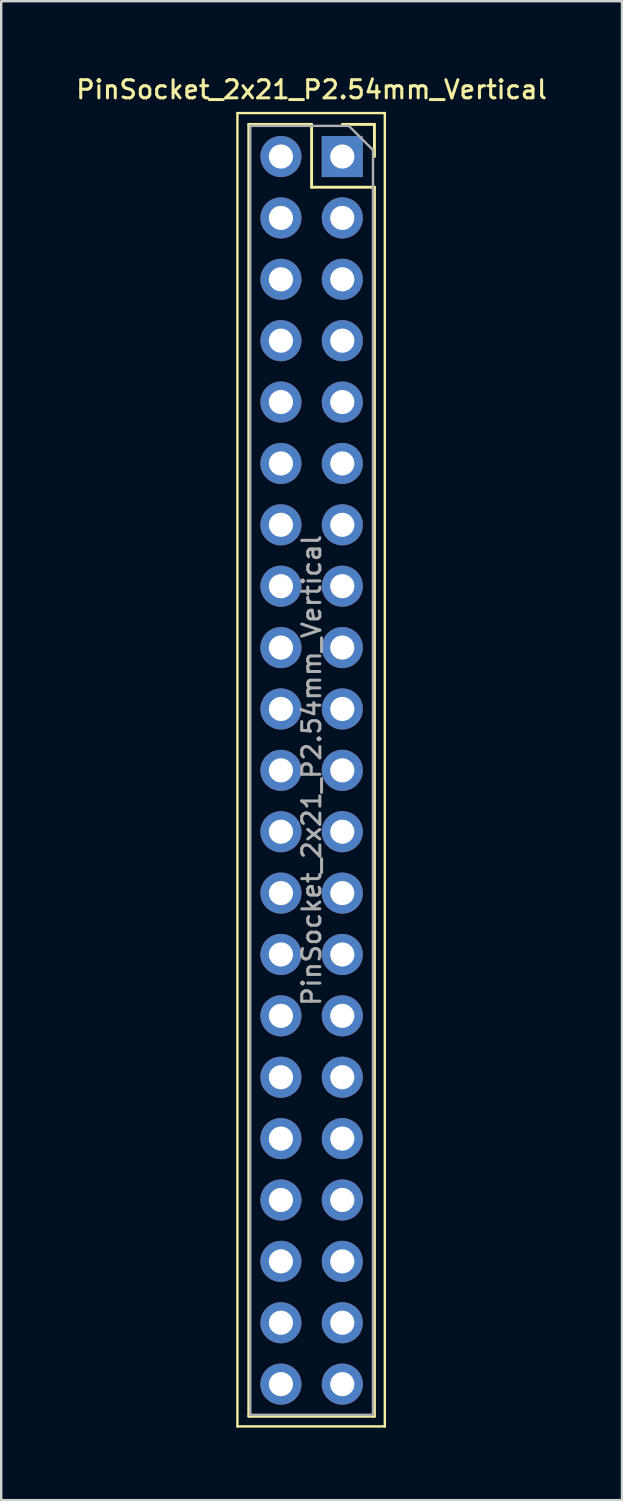
<source format=kicad_pcb>
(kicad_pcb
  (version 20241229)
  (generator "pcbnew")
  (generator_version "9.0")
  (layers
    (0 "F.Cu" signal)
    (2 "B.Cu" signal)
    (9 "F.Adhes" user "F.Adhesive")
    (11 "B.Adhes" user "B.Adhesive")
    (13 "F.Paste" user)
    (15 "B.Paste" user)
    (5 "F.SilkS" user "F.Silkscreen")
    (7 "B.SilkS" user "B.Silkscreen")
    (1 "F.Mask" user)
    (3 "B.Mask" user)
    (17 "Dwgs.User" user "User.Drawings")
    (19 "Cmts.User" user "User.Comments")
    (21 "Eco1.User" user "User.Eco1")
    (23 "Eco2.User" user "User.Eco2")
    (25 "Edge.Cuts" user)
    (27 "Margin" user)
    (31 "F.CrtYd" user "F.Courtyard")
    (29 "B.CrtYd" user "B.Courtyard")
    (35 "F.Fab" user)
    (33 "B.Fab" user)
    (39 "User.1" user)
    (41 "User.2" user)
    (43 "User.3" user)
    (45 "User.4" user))
  (footprint "PinSocket_2x21_P2.54mm_Vertical"
    (layer "F.Cu")
    (at 11.115 3.428)
    (property "Reference" "PinSocket_2x21_P2.54mm_Vertical" (at -1.27 -2.77 0) (layer "F.SilkS") (effects (font (size 0.75 0.75) (thickness 0.125))))
    (attr through_hole)
    (fp_line (start -4.34 -1.8) (end 1.76 -1.8) (stroke (width 0.1) (type solid)) (layer "F.SilkS"))
    (fp_line (start -4.34 52.55) (end -4.34 -1.8) (stroke (width 0.1) (type solid)) (layer "F.SilkS"))
    (fp_line (start -3.87 -1.33) (end -3.87 52.13) (stroke (width 0.12) (type solid)) (layer "F.SilkS"))
    (fp_line (start -3.87 -1.33) (end -1.27 -1.33) (stroke (width 0.12) (type solid)) (layer "F.SilkS"))
    (fp_line (start -3.87 52.13) (end 1.33 52.13) (stroke (width 0.12) (type solid)) (layer "F.SilkS"))
    (fp_line (start -1.27 -1.33) (end -1.27 1.27) (stroke (width 0.12) (type solid)) (layer "F.SilkS"))
    (fp_line (start -1.27 1.27) (end 1.33 1.27) (stroke (width 0.12) (type solid)) (layer "F.SilkS"))
    (fp_line (start 0 -1.33) (end 1.33 -1.33) (stroke (width 0.12) (type solid)) (layer "F.SilkS"))
    (fp_line (start 1.33 -1.33) (end 1.33 0) (stroke (width 0.12) (type solid)) (layer "F.SilkS"))
    (fp_line (start 1.33 1.27) (end 1.33 52.13) (stroke (width 0.12) (type solid)) (layer "F.SilkS"))
    (fp_line (start 1.76 -1.8) (end 1.76 52.55) (stroke (width 0.1) (type solid)) (layer "F.SilkS"))
    (fp_line (start 1.76 52.55) (end -4.34 52.55) (stroke (width 0.1) (type solid)) (layer "F.SilkS"))
    (fp_line (start -3.81 -1.27) (end 0.27 -1.27) (stroke (width 0.1) (type solid)) (layer "F.Fab"))
    (fp_line (start -3.81 52.07) (end -3.81 -1.27) (stroke (width 0.1) (type solid)) (layer "F.Fab"))
    (fp_line (start 0.27 -1.27) (end 1.27 -0.27) (stroke (width 0.1) (type solid)) (layer "F.Fab"))
    (fp_line (start 1.27 -0.27) (end 1.27 52.07) (stroke (width 0.1) (type solid)) (layer "F.Fab"))
    (fp_line (start 1.27 52.07) (end -3.81 52.07) (stroke (width 0.1) (type solid)) (layer "F.Fab"))
    (fp_text user "${REFERENCE}" (at -1.27 25.4 90) (layer "F.Fab") (effects (font (size 0.75 0.75) (thickness 0.125))))
    (pad "1" thru_hole rect (at 0 0) (size 1.7 1.7) (drill 1) (layers "*.Cu" "*.Mask"))
    (pad "2" thru_hole oval (at -2.54 0) (size 1.7 1.7) (drill 1) (layers "*.Cu" "*.Mask"))
    (pad "3" thru_hole oval (at 0 2.54) (size 1.7 1.7) (drill 1) (layers "*.Cu" "*.Mask"))
    (pad "4" thru_hole oval (at -2.54 2.54) (size 1.7 1.7) (drill 1) (layers "*.Cu" "*.Mask"))
    (pad "5" thru_hole oval (at 0 5.08) (size 1.7 1.7) (drill 1) (layers "*.Cu" "*.Mask"))
    (pad "6" thru_hole oval (at -2.54 5.08) (size 1.7 1.7) (drill 1) (layers "*.Cu" "*.Mask"))
    (pad "7" thru_hole oval (at 0 7.62) (size 1.7 1.7) (drill 1) (layers "*.Cu" "*.Mask"))
    (pad "8" thru_hole oval (at -2.54 7.62) (size 1.7 1.7) (drill 1) (layers "*.Cu" "*.Mask"))
    (pad "9" thru_hole oval (at 0 10.16) (size 1.7 1.7) (drill 1) (layers "*.Cu" "*.Mask"))
    (pad "10" thru_hole oval (at -2.54 10.16) (size 1.7 1.7) (drill 1) (layers "*.Cu" "*.Mask"))
    (pad "11" thru_hole oval (at 0 12.7) (size 1.7 1.7) (drill 1) (layers "*.Cu" "*.Mask"))
    (pad "12" thru_hole oval (at -2.54 12.7) (size 1.7 1.7) (drill 1) (layers "*.Cu" "*.Mask"))
    (pad "13" thru_hole oval (at 0 15.24) (size 1.7 1.7) (drill 1) (layers "*.Cu" "*.Mask"))
    (pad "14" thru_hole oval (at -2.54 15.24) (size 1.7 1.7) (drill 1) (layers "*.Cu" "*.Mask"))
    (pad "15" thru_hole oval (at 0 17.78) (size 1.7 1.7) (drill 1) (layers "*.Cu" "*.Mask"))
    (pad "16" thru_hole oval (at -2.54 17.78) (size 1.7 1.7) (drill 1) (layers "*.Cu" "*.Mask"))
    (pad "17" thru_hole oval (at 0 20.32) (size 1.7 1.7) (drill 1) (layers "*.Cu" "*.Mask"))
    (pad "18" thru_hole oval (at -2.54 20.32) (size 1.7 1.7) (drill 1) (layers "*.Cu" "*.Mask"))
    (pad "19" thru_hole oval (at 0 22.86) (size 1.7 1.7) (drill 1) (layers "*.Cu" "*.Mask"))
    (pad "20" thru_hole oval (at -2.54 22.86) (size 1.7 1.7) (drill 1) (layers "*.Cu" "*.Mask"))
    (pad "21" thru_hole oval (at 0 25.4) (size 1.7 1.7) (drill 1) (layers "*.Cu" "*.Mask"))
    (pad "22" thru_hole oval (at -2.54 25.4) (size 1.7 1.7) (drill 1) (layers "*.Cu" "*.Mask"))
    (pad "23" thru_hole oval (at 0 27.94) (size 1.7 1.7) (drill 1) (layers "*.Cu" "*.Mask"))
    (pad "24" thru_hole oval (at -2.54 27.94) (size 1.7 1.7) (drill 1) (layers "*.Cu" "*.Mask"))
    (pad "25" thru_hole oval (at 0 30.48) (size 1.7 1.7) (drill 1) (layers "*.Cu" "*.Mask"))
    (pad "26" thru_hole oval (at -2.54 30.48) (size 1.7 1.7) (drill 1) (layers "*.Cu" "*.Mask"))
    (pad "27" thru_hole oval (at 0 33.02) (size 1.7 1.7) (drill 1) (layers "*.Cu" "*.Mask"))
    (pad "28" thru_hole oval (at -2.54 33.02) (size 1.7 1.7) (drill 1) (layers "*.Cu" "*.Mask"))
    (pad "29" thru_hole oval (at 0 35.56) (size 1.7 1.7) (drill 1) (layers "*.Cu" "*.Mask"))
    (pad "30" thru_hole oval (at -2.54 35.56) (size 1.7 1.7) (drill 1) (layers "*.Cu" "*.Mask"))
    (pad "31" thru_hole oval (at 0 38.1) (size 1.7 1.7) (drill 1) (layers "*.Cu" "*.Mask"))
    (pad "32" thru_hole oval (at -2.54 38.1) (size 1.7 1.7) (drill 1) (layers "*.Cu" "*.Mask"))
    (pad "33" thru_hole oval (at 0 40.64) (size 1.7 1.7) (drill 1) (layers "*.Cu" "*.Mask"))
    (pad "34" thru_hole oval (at -2.54 40.64) (size 1.7 1.7) (drill 1) (layers "*.Cu" "*.Mask"))
    (pad "35" thru_hole oval (at 0 43.18) (size 1.7 1.7) (drill 1) (layers "*.Cu" "*.Mask"))
    (pad "36" thru_hole oval (at -2.54 43.18) (size 1.7 1.7) (drill 1) (layers "*.Cu" "*.Mask"))
    (pad "37" thru_hole oval (at 0 45.72) (size 1.7 1.7) (drill 1) (layers "*.Cu" "*.Mask"))
    (pad "38" thru_hole oval (at -2.54 45.72) (size 1.7 1.7) (drill 1) (layers "*.Cu" "*.Mask"))
    (pad "39" thru_hole oval (at 0 48.26) (size 1.7 1.7) (drill 1) (layers "*.Cu" "*.Mask"))
    (pad "40" thru_hole oval (at -2.54 48.26) (size 1.7 1.7) (drill 1) (layers "*.Cu" "*.Mask"))
    (pad "41" thru_hole oval (at 0 50.8) (size 1.7 1.7) (drill 1) (layers "*.Cu" "*.Mask"))
    (pad "42" thru_hole oval (at -2.54 50.8) (size 1.7 1.7) (drill 1) (layers "*.Cu" "*.Mask")))
  (gr_rect
    (start -3 -3)
    (end 22.689 59.028)
    (stroke (width 0.1) (type default))
    (fill no)
    (layer "Edge.Cuts")))
</source>
